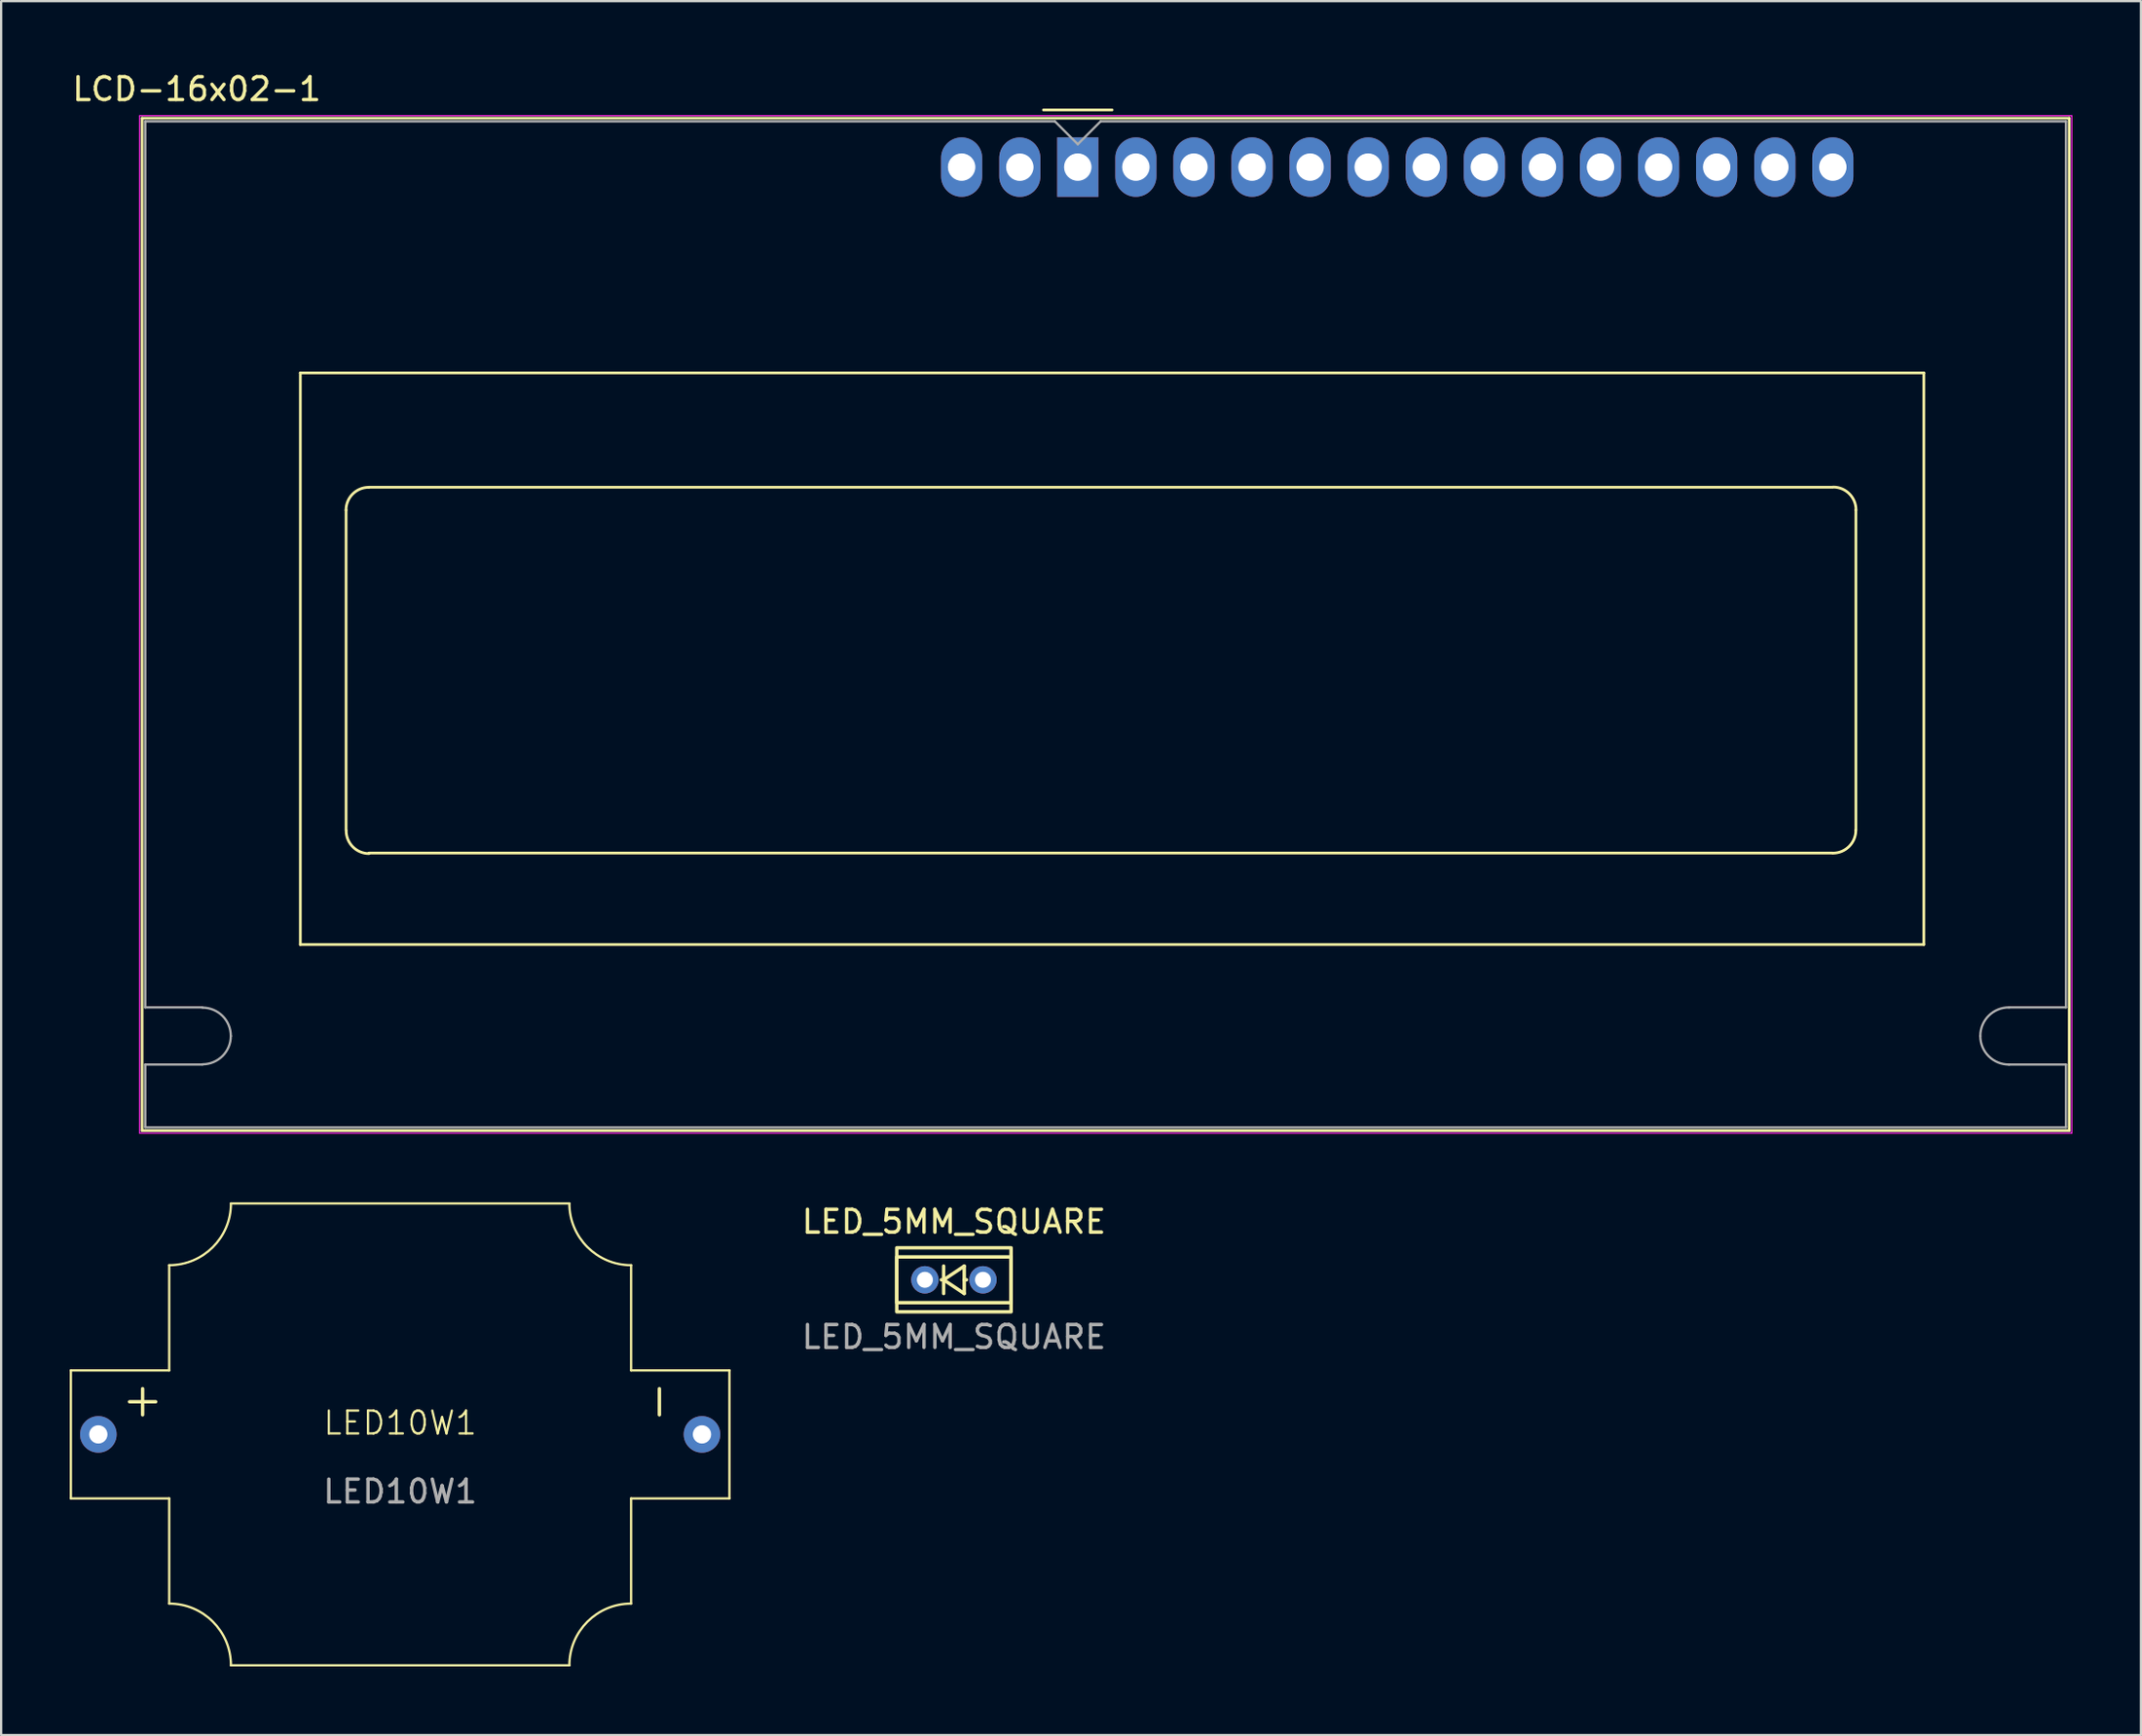
<source format=kicad_pcb>
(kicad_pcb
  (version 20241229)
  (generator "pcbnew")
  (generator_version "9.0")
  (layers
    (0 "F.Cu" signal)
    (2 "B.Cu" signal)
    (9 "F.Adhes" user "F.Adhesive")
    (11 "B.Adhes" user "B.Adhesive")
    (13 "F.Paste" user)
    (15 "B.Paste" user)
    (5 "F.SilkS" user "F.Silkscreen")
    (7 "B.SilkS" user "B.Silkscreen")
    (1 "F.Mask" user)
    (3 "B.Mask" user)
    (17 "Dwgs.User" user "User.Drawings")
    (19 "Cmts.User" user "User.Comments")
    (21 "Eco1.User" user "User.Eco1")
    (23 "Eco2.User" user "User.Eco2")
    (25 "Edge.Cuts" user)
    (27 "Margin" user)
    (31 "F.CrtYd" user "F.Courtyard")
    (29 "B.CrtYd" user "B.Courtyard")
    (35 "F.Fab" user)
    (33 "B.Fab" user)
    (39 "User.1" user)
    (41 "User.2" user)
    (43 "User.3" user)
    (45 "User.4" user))
  (footprint "LED_5MM_SQUARE"
    (layer "F.Cu")
    (at 38.668 52.922)
    (property "Reference" "LED_5MM_SQUARE" (at 0 -2.54 0) (unlocked yes) (layer "F.SilkS") (effects (font (size 1 1) (thickness 0.15))))
    (attr through_hole)
    (fp_line (start -0.45 0) (end -0.55 0) (stroke (width 0.15) (type default)) (layer "F.SilkS"))
    (fp_line (start -0.45 0) (end 0.45 -0.6) (stroke (width 0.15) (type default)) (layer "F.SilkS"))
    (fp_line (start -0.45 0.6) (end -0.45 -0.6) (stroke (width 0.15) (type default)) (layer "F.SilkS"))
    (fp_line (start 0.45 -0.6) (end 0.45 0.6) (stroke (width 0.15) (type default)) (layer "F.SilkS"))
    (fp_line (start 0.45 0) (end 0.55 0) (stroke (width 0.15) (type default)) (layer "F.SilkS"))
    (fp_line (start 0.45 0.6) (end -0.45 0) (stroke (width 0.15) (type default)) (layer "F.SilkS"))
    (fp_rect (start -2.5 -1.4) (end 2.5 1.4) (stroke (width 0.15) (type solid)) (fill no) (layer "F.SilkS"))
    (fp_rect (start -2.5 -1) (end 2.5 1) (stroke (width 0.15) (type solid)) (fill no) (layer "F.SilkS"))
    (fp_text user "${REFERENCE}" (at 0 2.5 0) (unlocked yes) (layer "F.Fab") (effects (font (size 1 1) (thickness 0.15))))
    (pad "1" thru_hole circle (at -1.27 0) (size 1.2 1.2) (drill 0.7) (layers "*.Cu" "*.Mask"))
    (pad "2" thru_hole circle (at 1.27 0) (size 1.2 1.2) (drill 0.7) (layers "*.Cu" "*.Mask")))
  (footprint "LED10W1"
    (layer "F.Cu")
    (at 14.45 59.683)
    (property "Reference" "LED10W1" (at 0 -0.5 0) (unlocked yes) (layer "F.SilkS") (effects (font (size 1 1) (thickness 0.1))))
    (attr through_hole)
    (fp_line (start -14.4 -2.8) (end -14.4 2.8) (stroke (width 0.1) (type default)) (layer "F.SilkS"))
    (fp_line (start -14.4 2.8) (end -10.1 2.8) (stroke (width 0.1) (type default)) (layer "F.SilkS"))
    (fp_line (start -10.1 -7.4) (end -10.1 -2.8) (stroke (width 0.1) (type default)) (layer "F.SilkS"))
    (fp_line (start -10.1 -2.8) (end -14.4 -2.8) (stroke (width 0.1) (type default)) (layer "F.SilkS"))
    (fp_line (start -10.1 2.8) (end -10.1 7.4) (stroke (width 0.1) (type default)) (layer "F.SilkS"))
    (fp_line (start -7.4 -10.1) (end 7.4 -10.1) (stroke (width 0.1) (type default)) (layer "F.SilkS"))
    (fp_line (start -7.4 10.1) (end 7.4 10.1) (stroke (width 0.1) (type default)) (layer "F.SilkS"))
    (fp_line (start 10.1 -7.4) (end 10.1 -2.8) (stroke (width 0.1) (type default)) (layer "F.SilkS"))
    (fp_line (start 10.1 -2.8) (end 14.4 -2.8) (stroke (width 0.1) (type default)) (layer "F.SilkS"))
    (fp_line (start 10.1 2.8) (end 10.1 7.4) (stroke (width 0.1) (type default)) (layer "F.SilkS"))
    (fp_line (start 14.4 -2.8) (end 14.4 2.8) (stroke (width 0.1) (type default)) (layer "F.SilkS"))
    (fp_line (start 14.4 2.8) (end 10.1 2.8) (stroke (width 0.1) (type default)) (layer "F.SilkS"))
    (fp_arc (start -10.1 7.4) (mid -8.190812 8.190812) (end -7.4 10.1) (stroke (width 0.1) (type default)) (layer "F.SilkS"))
    (fp_arc (start -7.4 -10.1) (mid -8.190812 -8.190812) (end -10.1 -7.4) (stroke (width 0.1) (type default)) (layer "F.SilkS"))
    (fp_arc (start 7.4 10.1) (mid 8.190812 8.190812) (end 10.1 7.4) (stroke (width 0.1) (type default)) (layer "F.SilkS"))
    (fp_arc (start 10.1 -7.4) (mid 8.190812 -8.190812) (end 7.4 -10.1) (stroke (width 0.1) (type default)) (layer "F.SilkS"))
    (fp_text user "+" (at -10.5 -0.4 90) (unlocked yes) (layer "F.SilkS") (effects (font (size 1.5 1.5) (thickness 0.15)) (justify left bottom)))
    (fp_text user "-" (at 12.1 -0.4 90) (unlocked yes) (layer "F.SilkS") (effects (font (size 1.5 1.5) (thickness 0.15)) (justify left bottom)))
    (fp_text user "${REFERENCE}" (at 0 2.5 0) (unlocked yes) (layer "F.Fab") (effects (font (size 1 1) (thickness 0.15))))
    (pad "1" thru_hole circle (at 13.2 0) (size 1.6 1.6) (drill 0.8) (layers "*.Cu" "*.Mask"))
    (pad "2" thru_hole circle (at -13.2 0) (size 1.6 1.6) (drill 0.8) (layers "*.Cu" "*.Mask")))
  (footprint "LCD-16x02-1"
    (layer "F.Cu")
    (at 44.084 4.258)
    (property "Reference" "LCD-16x02-1" (at -38.53 -3.41 180) (layer "F.SilkS") (effects (font (size 1 1) (thickness 0.15))))
    (attr through_hole)
    (fp_line (start -40.92 -2.14) (end 43.36 -2.14) (stroke (width 0.12) (type solid)) (layer "F.SilkS"))
    (fp_line (start -40.92 42.14) (end -40.92 -2.14) (stroke (width 0.12) (type solid)) (layer "F.SilkS"))
    (fp_line (start -34 9) (end 37 9) (stroke (width 0.12) (type solid)) (layer "F.SilkS"))
    (fp_line (start -34 34) (end -34 9) (stroke (width 0.12) (type solid)) (layer "F.SilkS"))
    (fp_line (start -32 29) (end -32 15) (stroke (width 0.12) (type solid)) (layer "F.SilkS"))
    (fp_line (start -31 14) (end 33 14) (stroke (width 0.12) (type solid)) (layer "F.SilkS"))
    (fp_line (start -1.5 -2.5) (end 1.5 -2.5) (stroke (width 0.12) (type solid)) (layer "F.SilkS"))
    (fp_line (start 33 30) (end -31 30) (stroke (width 0.12) (type solid)) (layer "F.SilkS"))
    (fp_line (start 34.03 15) (end 34.03 29) (stroke (width 0.12) (type solid)) (layer "F.SilkS"))
    (fp_line (start 37 9) (end 37 34) (stroke (width 0.12) (type solid)) (layer "F.SilkS"))
    (fp_line (start 37 34) (end -34 34) (stroke (width 0.12) (type solid)) (layer "F.SilkS"))
    (fp_line (start 43.36 -2.14) (end 43.36 42.14) (stroke (width 0.12) (type solid)) (layer "F.SilkS"))
    (fp_line (start 43.36 42.14) (end -40.92 42.14) (stroke (width 0.12) (type solid)) (layer "F.SilkS"))
    (fp_arc (start -32.00286 15.00246) (mid -31.710488 14.296612) (end -31.00464 14.00424) (stroke (width 0.12) (type solid)) (layer "F.SilkS"))
    (fp_arc (start -30.99464 30.0237) (mid -31.702284 29.730584) (end -31.9954 29.02294) (stroke (width 0.12) (type solid)) (layer "F.SilkS"))
    (fp_arc (start 33.03574 13.99424) (mid 33.741588 14.286612) (end 34.03396 14.99246) (stroke (width 0.12) (type solid)) (layer "F.SilkS"))
    (fp_arc (start 34.0265 29.00294) (mid 33.733384 29.710584) (end 33.02574 30.0037) (stroke (width 0.12) (type solid)) (layer "F.SilkS"))
    (fp_line (start -41.03 -2.25) (end 43.47 -2.25) (stroke (width 0.05) (type solid)) (layer "F.CrtYd"))
    (fp_line (start -41.03 42.25) (end -41.03 -2.25) (stroke (width 0.05) (type solid)) (layer "F.CrtYd"))
    (fp_line (start -41.03 42.25) (end 43.47 42.25) (stroke (width 0.05) (type solid)) (layer "F.CrtYd"))
    (fp_line (start 43.47 42.25) (end 43.47 -2.25) (stroke (width 0.05) (type solid)) (layer "F.CrtYd"))
    (fp_line (start -40.78 -2) (end -1 -2) (stroke (width 0.1) (type solid)) (layer "F.Fab"))
    (fp_line (start -40.78 36.75) (end -40.78 -2) (stroke (width 0.1) (type solid)) (layer "F.Fab"))
    (fp_line (start -40.78 36.75) (end -38.28 36.75) (stroke (width 0.1) (type solid)) (layer "F.Fab"))
    (fp_line (start -40.78 39.25) (end -38.28 39.25) (stroke (width 0.1) (type solid)) (layer "F.Fab"))
    (fp_line (start -40.78 41.99) (end -40.78 39.25) (stroke (width 0.1) (type solid)) (layer "F.Fab"))
    (fp_line (start -1 -2) (end 0 -1) (stroke (width 0.1) (type solid)) (layer "F.Fab"))
    (fp_line (start 0 -1) (end 1 -2) (stroke (width 0.1) (type solid)) (layer "F.Fab"))
    (fp_line (start 1 -2) (end 43.22 -2) (stroke (width 0.1) (type solid)) (layer "F.Fab"))
    (fp_line (start 40.72 39.25) (end 43.22 39.25) (stroke (width 0.1) (type solid)) (layer "F.Fab"))
    (fp_line (start 43.22 -2) (end 43.22 36.75) (stroke (width 0.1) (type solid)) (layer "F.Fab"))
    (fp_line (start 43.22 36.75) (end 40.72 36.75) (stroke (width 0.1) (type solid)) (layer "F.Fab"))
    (fp_line (start 43.22 39.25) (end 43.22 42) (stroke (width 0.1) (type solid)) (layer "F.Fab"))
    (fp_line (start 43.22 42) (end -40.78 42) (stroke (width 0.1) (type solid)) (layer "F.Fab"))
    (fp_arc (start -38.28 36.76) (mid -37.403188 37.123188) (end -37.04 38) (stroke (width 0.1) (type solid)) (layer "F.Fab"))
    (fp_arc (start -37.04 38) (mid -37.403188 38.876812) (end -38.28 39.24) (stroke (width 0.1) (type solid)) (layer "F.Fab"))
    (fp_arc (start 39.47 37.99) (mid 39.843188 37.109045) (end 40.73 36.75) (stroke (width 0.1) (type solid)) (layer "F.Fab"))
    (fp_arc (start 40.73 39.25) (mid 39.843188 38.890955) (end 39.47 38.01) (stroke (width 0.1) (type solid)) (layer "F.Fab"))
    (pad "1" thru_hole oval (at -5.08 0 180) (size 1.8 2.6) (drill 1.2) (layers "*.Cu" "*.Mask"))
    (pad "2" thru_hole oval (at -2.535 0.003 180) (size 1.8 2.6) (drill 1.2) (layers "*.Cu" "*.Mask"))
    (pad "3" thru_hole rect (at 0 0 180) (size 1.8 2.6) (drill 1.2) (layers "*.Cu" "*.Mask"))
    (pad "4" thru_hole oval (at 2.54 0 180) (size 1.8 2.6) (drill 1.2) (layers "*.Cu" "*.Mask"))
    (pad "5" thru_hole oval (at 5.08 0 180) (size 1.8 2.6) (drill 1.2) (layers "*.Cu" "*.Mask"))
    (pad "6" thru_hole oval (at 7.62 0 180) (size 1.8 2.6) (drill 1.2) (layers "*.Cu" "*.Mask"))
    (pad "7" thru_hole oval (at 10.16 0 180) (size 1.8 2.6) (drill 1.2) (layers "*.Cu" "*.Mask"))
    (pad "8" thru_hole oval (at 12.7 0 180) (size 1.8 2.6) (drill 1.2) (layers "*.Cu" "*.Mask"))
    (pad "9" thru_hole oval (at 15.24 0 180) (size 1.8 2.6) (drill 1.2) (layers "*.Cu" "*.Mask"))
    (pad "10" thru_hole oval (at 17.78 0 180) (size 1.8 2.6) (drill 1.2) (layers "*.Cu" "*.Mask"))
    (pad "11" thru_hole oval (at 20.32 0 180) (size 1.8 2.6) (drill 1.2) (layers "*.Cu" "*.Mask"))
    (pad "12" thru_hole oval (at 22.86 0 180) (size 1.8 2.6) (drill 1.2) (layers "*.Cu" "*.Mask"))
    (pad "13" thru_hole oval (at 25.4 0 180) (size 1.8 2.6) (drill 1.2) (layers "*.Cu" "*.Mask"))
    (pad "14" thru_hole oval (at 27.94 0 180) (size 1.8 2.6) (drill 1.2) (layers "*.Cu" "*.Mask"))
    (pad "15" thru_hole oval (at 30.485 0.003 180) (size 1.8 2.6) (drill 1.2) (layers "*.Cu" "*.Mask"))
    (pad "16" thru_hole oval (at 33.02 0 180) (size 1.8 2.6) (drill 1.2) (layers "*.Cu" "*.Mask")))
  (gr_rect
    (start -3 -3)
    (end 90.579 72.833)
    (stroke (width 0.1) (type default))
    (fill no)
    (layer "Edge.Cuts")))
</source>
